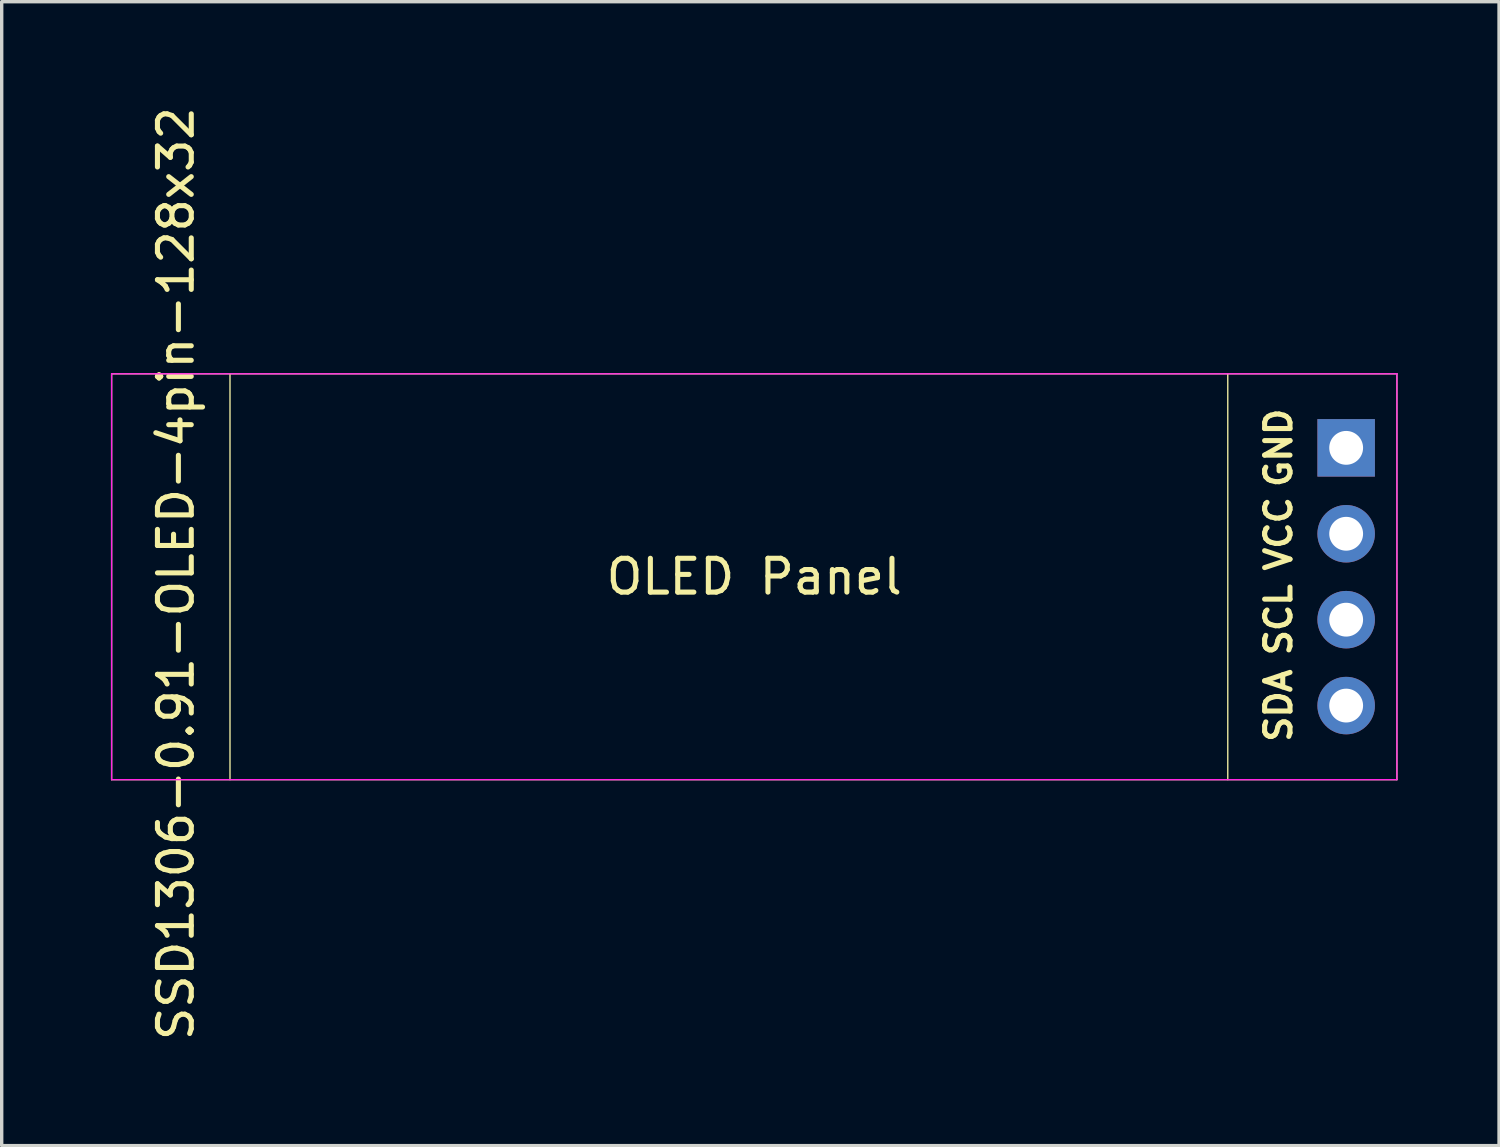
<source format=kicad_pcb>
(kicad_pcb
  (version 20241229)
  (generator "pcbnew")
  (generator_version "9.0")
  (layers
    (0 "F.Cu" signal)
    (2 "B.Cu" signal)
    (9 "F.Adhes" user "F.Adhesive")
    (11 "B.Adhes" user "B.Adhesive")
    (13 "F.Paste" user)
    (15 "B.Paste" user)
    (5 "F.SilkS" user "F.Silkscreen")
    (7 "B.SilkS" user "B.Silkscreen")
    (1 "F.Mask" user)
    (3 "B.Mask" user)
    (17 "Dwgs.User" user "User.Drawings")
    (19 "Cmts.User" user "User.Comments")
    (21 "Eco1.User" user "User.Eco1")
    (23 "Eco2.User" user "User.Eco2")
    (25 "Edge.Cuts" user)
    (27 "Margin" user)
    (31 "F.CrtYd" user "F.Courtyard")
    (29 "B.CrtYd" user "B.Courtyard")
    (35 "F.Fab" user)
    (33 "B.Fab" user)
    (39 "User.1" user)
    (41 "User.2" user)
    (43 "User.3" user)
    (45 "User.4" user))
  (footprint "SSD1306-0.91-OLED-4pin-128x32"
    (layer "F.Cu")
    (at 0.25 8.001)
    (property "Reference" "SSD1306-0.91-OLED-4pin-128x32" (at 1.9 5.91 90) (layer "F.SilkS") (effects (font (size 1 1) (thickness 0.15))))
    (attr through_hole)
    (fp_line (start 0 0) (end 0 12) (stroke (width 0.04) (type solid)) (layer "F.SilkS"))
    (fp_line (start 0 12) (end 38 12) (stroke (width 0.04) (type solid)) (layer "F.SilkS"))
    (fp_line (start 3.5 0) (end 3.5 12) (stroke (width 0.04) (type solid)) (layer "F.SilkS"))
    (fp_line (start 33 0) (end 33 12) (stroke (width 0.04) (type solid)) (layer "F.SilkS"))
    (fp_line (start 38 0) (end 0 0) (stroke (width 0.04) (type solid)) (layer "F.SilkS"))
    (fp_line (start 38 12) (end 38 0) (stroke (width 0.04) (type solid)) (layer "F.SilkS"))
    (fp_line (start 0 0) (end 0 12) (stroke (width 0.04) (type solid)) (layer "F.CrtYd"))
    (fp_line (start 0 12) (end 38 12) (stroke (width 0.04) (type solid)) (layer "F.CrtYd"))
    (fp_line (start 38 0) (end 0 0) (stroke (width 0.04) (type solid)) (layer "F.CrtYd"))
    (fp_line (start 38 12) (end 38 0) (stroke (width 0.04) (type solid)) (layer "F.CrtYd"))
    (fp_text user "GND" (at 34.5 2.19 270) (layer "F.SilkS") (effects (font (size 0.75 0.75) (thickness 0.15))))
    (fp_text user "SCL" (at 34.5 7.27 270) (layer "F.SilkS") (effects (font (size 0.75 0.75) (thickness 0.15))))
    (fp_text user "OLED Panel" (at 19 6 0) (layer "F.SilkS") (effects (font (size 1 1) (thickness 0.15))))
    (fp_text user "VCC" (at 34.5 4.73 270) (layer "F.SilkS") (effects (font (size 0.75 0.75) (thickness 0.15))))
    (fp_text user "SDA" (at 34.5 9.81 270) (layer "F.SilkS") (effects (font (size 0.75 0.75) (thickness 0.15))))
    (pad "1" thru_hole rect (at 36.5 2.19) (size 1.7 1.7) (drill 1) (layers "*.Cu" "*.Mask"))
    (pad "2" thru_hole oval (at 36.5 4.73) (size 1.7 1.7) (drill 1) (layers "*.Cu" "*.Mask"))
    (pad "3" thru_hole oval (at 36.5 7.27) (size 1.7 1.7) (drill 1) (layers "*.Cu" "*.Mask"))
    (pad "4" thru_hole oval (at 36.5 9.81) (size 1.7 1.7) (drill 1) (layers "*.Cu" "*.Mask")))
  (gr_rect
    (start -3 -3)
    (end 41.27 30.821)
    (stroke (width 0.1) (type default))
    (fill no)
    (layer "Edge.Cuts")))
</source>
